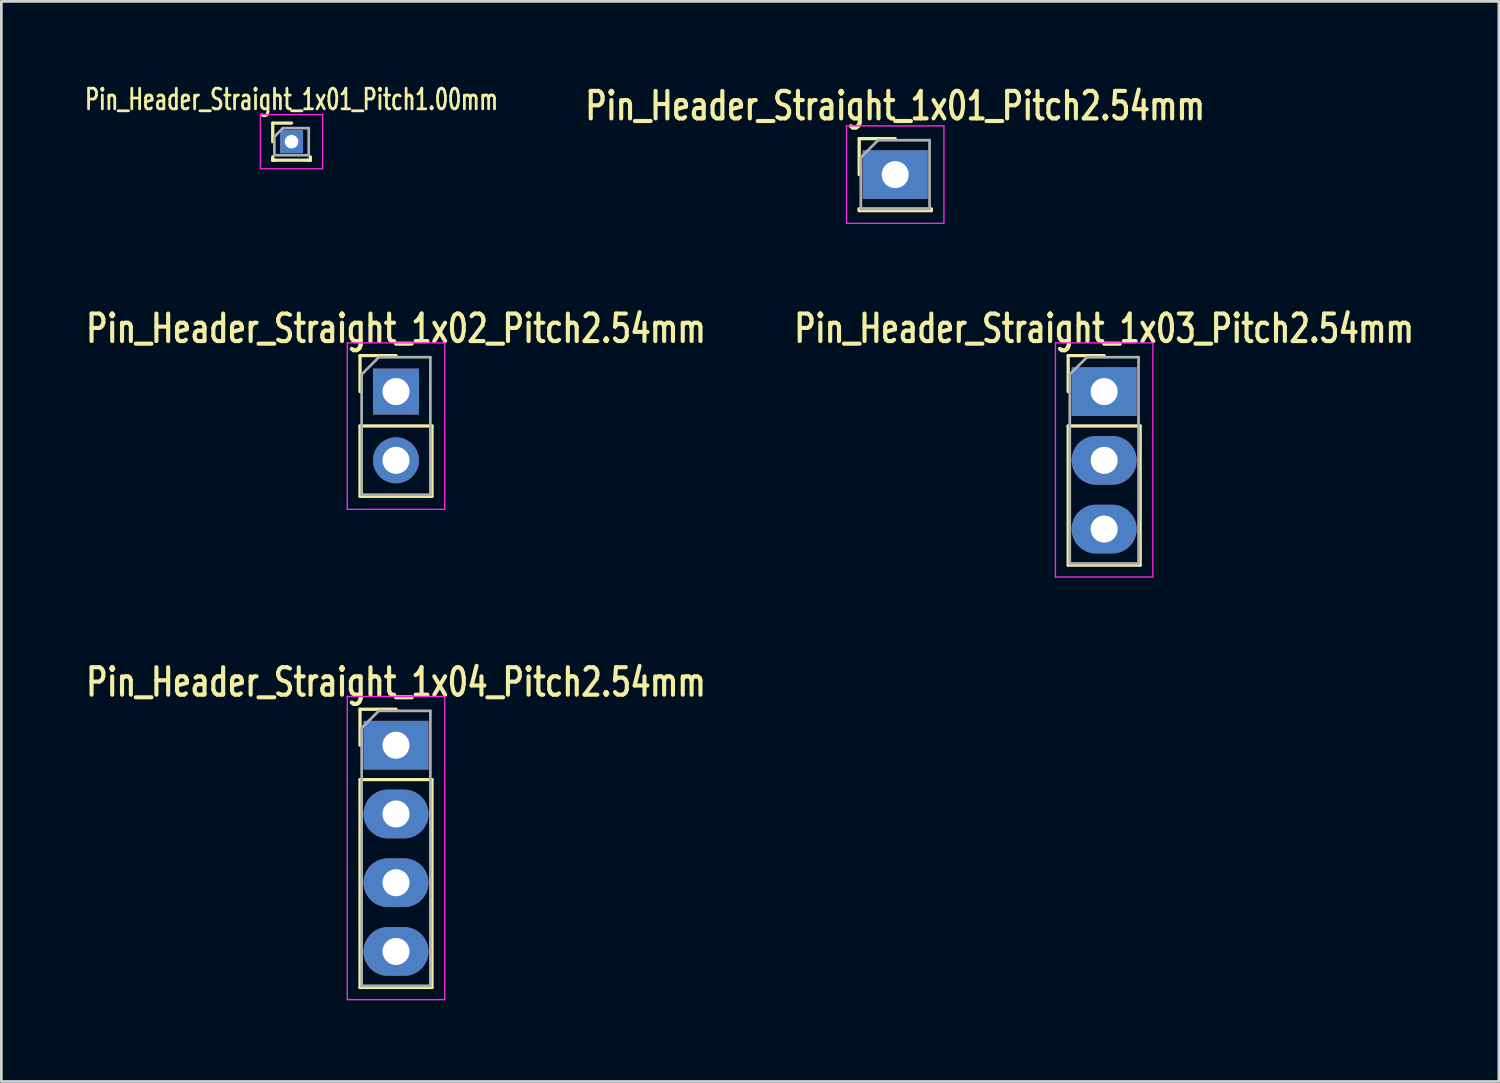
<source format=kicad_pcb>
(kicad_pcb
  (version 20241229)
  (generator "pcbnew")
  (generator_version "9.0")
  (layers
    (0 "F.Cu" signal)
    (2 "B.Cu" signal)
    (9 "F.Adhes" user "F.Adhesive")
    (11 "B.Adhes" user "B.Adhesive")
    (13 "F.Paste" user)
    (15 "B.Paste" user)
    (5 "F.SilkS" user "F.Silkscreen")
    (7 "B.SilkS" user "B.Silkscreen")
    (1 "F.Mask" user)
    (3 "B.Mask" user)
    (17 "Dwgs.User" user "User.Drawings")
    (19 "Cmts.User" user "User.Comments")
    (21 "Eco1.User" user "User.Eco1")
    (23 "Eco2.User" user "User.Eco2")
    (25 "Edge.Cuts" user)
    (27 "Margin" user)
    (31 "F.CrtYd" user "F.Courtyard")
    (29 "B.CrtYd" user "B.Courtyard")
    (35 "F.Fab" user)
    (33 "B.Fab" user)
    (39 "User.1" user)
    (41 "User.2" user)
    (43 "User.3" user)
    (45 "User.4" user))
  (footprint "Pin_Header_Straight_1x01_Pitch2.54mm"
    (layer "F.Cu")
    (at 30.026 3.402)
    (property "Reference" "Pin_Header_Straight_1x01_Pitch2.54mm" (at 0 -2.54 0) (layer "F.SilkS") (effects (font (size 1.016 0.762) (thickness 0.152))))
    (attr through_hole)
    (fp_line (start -1.33 -1.33) (end 0 -1.33) (stroke (width 0.12) (type solid)) (layer "F.SilkS"))
    (fp_line (start -1.33 0) (end -1.33 -1.33) (stroke (width 0.12) (type solid)) (layer "F.SilkS"))
    (fp_line (start -1.33 1.27) (end -1.33 1.33) (stroke (width 0.12) (type solid)) (layer "F.SilkS"))
    (fp_line (start -1.33 1.27) (end 1.33 1.27) (stroke (width 0.12) (type solid)) (layer "F.SilkS"))
    (fp_line (start -1.33 1.33) (end 1.33 1.33) (stroke (width 0.12) (type solid)) (layer "F.SilkS"))
    (fp_line (start 1.33 1.27) (end 1.33 1.33) (stroke (width 0.12) (type solid)) (layer "F.SilkS"))
    (fp_line (start -1.8 -1.8) (end -1.8 1.8) (stroke (width 0.05) (type solid)) (layer "F.CrtYd"))
    (fp_line (start -1.8 1.8) (end 1.8 1.8) (stroke (width 0.05) (type solid)) (layer "F.CrtYd"))
    (fp_line (start 1.8 -1.8) (end -1.8 -1.8) (stroke (width 0.05) (type solid)) (layer "F.CrtYd"))
    (fp_line (start 1.8 1.8) (end 1.8 -1.8) (stroke (width 0.05) (type solid)) (layer "F.CrtYd"))
    (fp_line (start -1.27 -0.635) (end -0.635 -1.27) (stroke (width 0.1) (type solid)) (layer "F.Fab"))
    (fp_line (start -1.27 1.27) (end -1.27 -0.635) (stroke (width 0.1) (type solid)) (layer "F.Fab"))
    (fp_line (start -0.635 -1.27) (end 1.27 -1.27) (stroke (width 0.1) (type solid)) (layer "F.Fab"))
    (fp_line (start 1.27 -1.27) (end 1.27 1.27) (stroke (width 0.1) (type solid)) (layer "F.Fab"))
    (fp_line (start 1.27 1.27) (end -1.27 1.27) (stroke (width 0.1) (type solid)) (layer "F.Fab"))
    (pad "1" thru_hole rect (at 0 0) (size 2.4 1.8) (drill 1) (layers "*.Cu" "*.Mask")))
  (footprint "Pin_Header_Straight_1x03_Pitch2.54mm"
    (layer "F.Cu")
    (at 37.747 11.419)
    (property "Reference" "Pin_Header_Straight_1x03_Pitch2.54mm" (at 0 -2.33 0) (layer "F.SilkS") (effects (font (size 1.016 0.762) (thickness 0.152))))
    (attr through_hole)
    (fp_line (start -1.33 -1.33) (end 0 -1.33) (stroke (width 0.12) (type solid)) (layer "F.SilkS"))
    (fp_line (start -1.33 0) (end -1.33 -1.33) (stroke (width 0.12) (type solid)) (layer "F.SilkS"))
    (fp_line (start -1.33 1.27) (end -1.33 6.41) (stroke (width 0.12) (type solid)) (layer "F.SilkS"))
    (fp_line (start -1.33 1.27) (end 1.33 1.27) (stroke (width 0.12) (type solid)) (layer "F.SilkS"))
    (fp_line (start -1.33 6.41) (end 1.33 6.41) (stroke (width 0.12) (type solid)) (layer "F.SilkS"))
    (fp_line (start 1.33 1.27) (end 1.33 6.41) (stroke (width 0.12) (type solid)) (layer "F.SilkS"))
    (fp_line (start -1.8 -1.8) (end -1.8 6.85) (stroke (width 0.05) (type solid)) (layer "F.CrtYd"))
    (fp_line (start -1.8 6.85) (end 1.8 6.85) (stroke (width 0.05) (type solid)) (layer "F.CrtYd"))
    (fp_line (start 1.8 -1.8) (end -1.8 -1.8) (stroke (width 0.05) (type solid)) (layer "F.CrtYd"))
    (fp_line (start 1.8 6.85) (end 1.8 -1.8) (stroke (width 0.05) (type solid)) (layer "F.CrtYd"))
    (fp_line (start -1.27 -0.635) (end -0.635 -1.27) (stroke (width 0.1) (type solid)) (layer "F.Fab"))
    (fp_line (start -1.27 6.35) (end -1.27 -0.635) (stroke (width 0.1) (type solid)) (layer "F.Fab"))
    (fp_line (start -0.635 -1.27) (end 1.27 -1.27) (stroke (width 0.1) (type solid)) (layer "F.Fab"))
    (fp_line (start 1.27 -1.27) (end 1.27 6.35) (stroke (width 0.1) (type solid)) (layer "F.Fab"))
    (fp_line (start 1.27 6.35) (end -1.27 6.35) (stroke (width 0.1) (type solid)) (layer "F.Fab"))
    (pad "1" thru_hole rect (at 0 0) (size 2.4 1.8) (drill 1) (layers "*.Cu" "*.Mask"))
    (pad "2" thru_hole oval (at 0 2.54) (size 2.4 1.8) (drill 1) (layers "*.Cu" "*.Mask"))
    (pad "3" thru_hole oval (at 0 5.08) (size 2.4 1.8) (drill 1) (layers "*.Cu" "*.Mask")))
  (footprint "Pin_Header_Straight_1x04_Pitch2.54mm"
    (layer "F.Cu")
    (at 11.582 24.485)
    (property "Reference" "Pin_Header_Straight_1x04_Pitch2.54mm" (at 0 -2.33 0) (layer "F.SilkS") (effects (font (size 1.016 0.762) (thickness 0.152))))
    (attr through_hole)
    (fp_line (start -1.33 -1.33) (end 0 -1.33) (stroke (width 0.12) (type solid)) (layer "F.SilkS"))
    (fp_line (start -1.33 0) (end -1.33 -1.33) (stroke (width 0.12) (type solid)) (layer "F.SilkS"))
    (fp_line (start -1.33 1.27) (end -1.33 8.95) (stroke (width 0.12) (type solid)) (layer "F.SilkS"))
    (fp_line (start -1.33 1.27) (end 1.33 1.27) (stroke (width 0.12) (type solid)) (layer "F.SilkS"))
    (fp_line (start -1.33 8.95) (end 1.33 8.95) (stroke (width 0.12) (type solid)) (layer "F.SilkS"))
    (fp_line (start 1.33 1.27) (end 1.33 8.95) (stroke (width 0.12) (type solid)) (layer "F.SilkS"))
    (fp_line (start -1.8 -1.8) (end -1.8 9.4) (stroke (width 0.05) (type solid)) (layer "F.CrtYd"))
    (fp_line (start -1.8 9.4) (end 1.8 9.4) (stroke (width 0.05) (type solid)) (layer "F.CrtYd"))
    (fp_line (start 1.8 -1.8) (end -1.8 -1.8) (stroke (width 0.05) (type solid)) (layer "F.CrtYd"))
    (fp_line (start 1.8 9.4) (end 1.8 -1.8) (stroke (width 0.05) (type solid)) (layer "F.CrtYd"))
    (fp_line (start -1.27 -0.635) (end -0.635 -1.27) (stroke (width 0.1) (type solid)) (layer "F.Fab"))
    (fp_line (start -1.27 8.89) (end -1.27 -0.635) (stroke (width 0.1) (type solid)) (layer "F.Fab"))
    (fp_line (start -0.635 -1.27) (end 1.27 -1.27) (stroke (width 0.1) (type solid)) (layer "F.Fab"))
    (fp_line (start 1.27 -1.27) (end 1.27 8.89) (stroke (width 0.1) (type solid)) (layer "F.Fab"))
    (fp_line (start 1.27 8.89) (end -1.27 8.89) (stroke (width 0.1) (type solid)) (layer "F.Fab"))
    (pad "1" thru_hole rect (at 0 0) (size 2.4 1.8) (drill 1) (layers "*.Cu" "*.Mask"))
    (pad "2" thru_hole oval (at 0 2.54) (size 2.4 1.8) (drill 1) (layers "*.Cu" "*.Mask"))
    (pad "3" thru_hole oval (at 0 5.08) (size 2.4 1.8) (drill 1) (layers "*.Cu" "*.Mask"))
    (pad "4" thru_hole oval (at 0 7.62) (size 2.4 1.8) (drill 1) (layers "*.Cu" "*.Mask")))
  (footprint "Pin_Header_Straight_1x01_Pitch1.00mm"
    (layer "F.Cu")
    (at 7.722 2.184)
    (property "Reference" "Pin_Header_Straight_1x01_Pitch1.00mm" (at 0 -1.56 0) (layer "F.SilkS") (effects (font (size 0.762 0.508) (thickness 0.102))))
    (attr through_hole)
    (fp_line (start -0.695 -0.685) (end 0 -0.685) (stroke (width 0.12) (type solid)) (layer "F.SilkS"))
    (fp_line (start -0.695 0) (end -0.695 -0.685) (stroke (width 0.12) (type solid)) (layer "F.SilkS"))
    (fp_line (start -0.695 0.685) (end -0.695 0.56) (stroke (width 0.12) (type solid)) (layer "F.SilkS"))
    (fp_line (start -0.695 0.685) (end -0.608 0.685) (stroke (width 0.12) (type solid)) (layer "F.SilkS"))
    (fp_line (start -0.695 0.685) (end 0.695 0.685) (stroke (width 0.12) (type solid)) (layer "F.SilkS"))
    (fp_line (start 0.608 0.685) (end 0.695 0.685) (stroke (width 0.12) (type solid)) (layer "F.SilkS"))
    (fp_line (start 0.695 0.685) (end 0.695 0.56) (stroke (width 0.12) (type solid)) (layer "F.SilkS"))
    (fp_line (start -1.15 -1) (end -1.15 1) (stroke (width 0.05) (type solid)) (layer "F.CrtYd"))
    (fp_line (start -1.15 1) (end 1.15 1) (stroke (width 0.05) (type solid)) (layer "F.CrtYd"))
    (fp_line (start 1.15 -1) (end -1.15 -1) (stroke (width 0.05) (type solid)) (layer "F.CrtYd"))
    (fp_line (start 1.15 1) (end 1.15 -1) (stroke (width 0.05) (type solid)) (layer "F.CrtYd"))
    (fp_line (start -0.635 -0.182) (end -0.318 -0.5) (stroke (width 0.1) (type solid)) (layer "F.Fab"))
    (fp_line (start -0.635 0.5) (end -0.635 -0.182) (stroke (width 0.1) (type solid)) (layer "F.Fab"))
    (fp_line (start -0.318 -0.5) (end 0.635 -0.5) (stroke (width 0.1) (type solid)) (layer "F.Fab"))
    (fp_line (start 0.635 -0.5) (end 0.635 0.5) (stroke (width 0.1) (type solid)) (layer "F.Fab"))
    (fp_line (start 0.635 0.5) (end -0.635 0.5) (stroke (width 0.1) (type solid)) (layer "F.Fab"))
    (pad "1" thru_hole rect (at 0 0) (size 0.85 0.85) (drill 0.5) (layers "*.Cu" "*.Mask")))
  (footprint "Pin_Header_Straight_1x02_Pitch2.54mm"
    (layer "F.Cu")
    (at 11.582 11.419)
    (property "Reference" "Pin_Header_Straight_1x02_Pitch2.54mm" (at 0 -2.33 0) (layer "F.SilkS") (effects (font (size 1.016 0.762) (thickness 0.152))))
    (attr through_hole)
    (fp_line (start -1.33 -1.33) (end 0 -1.33) (stroke (width 0.12) (type solid)) (layer "F.SilkS"))
    (fp_line (start -1.33 0) (end -1.33 -1.33) (stroke (width 0.12) (type solid)) (layer "F.SilkS"))
    (fp_line (start -1.33 1.27) (end -1.33 3.87) (stroke (width 0.12) (type solid)) (layer "F.SilkS"))
    (fp_line (start -1.33 1.27) (end 1.33 1.27) (stroke (width 0.12) (type solid)) (layer "F.SilkS"))
    (fp_line (start -1.33 3.87) (end 1.33 3.87) (stroke (width 0.12) (type solid)) (layer "F.SilkS"))
    (fp_line (start 1.33 1.27) (end 1.33 3.87) (stroke (width 0.12) (type solid)) (layer "F.SilkS"))
    (fp_line (start -1.8 -1.8) (end -1.8 4.35) (stroke (width 0.05) (type solid)) (layer "F.CrtYd"))
    (fp_line (start -1.8 4.35) (end 1.8 4.35) (stroke (width 0.05) (type solid)) (layer "F.CrtYd"))
    (fp_line (start 1.8 -1.8) (end -1.8 -1.8) (stroke (width 0.05) (type solid)) (layer "F.CrtYd"))
    (fp_line (start 1.8 4.35) (end 1.8 -1.8) (stroke (width 0.05) (type solid)) (layer "F.CrtYd"))
    (fp_line (start -1.27 -0.635) (end -0.635 -1.27) (stroke (width 0.1) (type solid)) (layer "F.Fab"))
    (fp_line (start -1.27 3.81) (end -1.27 -0.635) (stroke (width 0.1) (type solid)) (layer "F.Fab"))
    (fp_line (start -0.635 -1.27) (end 1.27 -1.27) (stroke (width 0.1) (type solid)) (layer "F.Fab"))
    (fp_line (start 1.27 -1.27) (end 1.27 3.81) (stroke (width 0.1) (type solid)) (layer "F.Fab"))
    (fp_line (start 1.27 3.81) (end -1.27 3.81) (stroke (width 0.1) (type solid)) (layer "F.Fab"))
    (pad "1" thru_hole rect (at 0 0) (size 1.7 1.7) (drill 1) (layers "*.Cu" "*.Mask"))
    (pad "2" thru_hole oval (at 0 2.54) (size 1.7 1.7) (drill 1) (layers "*.Cu" "*.Mask")))
  (gr_rect
    (start -3 -3)
    (end 52.33 36.91)
    (stroke (width 0.1) (type default))
    (fill no)
    (layer "Edge.Cuts")))
</source>
